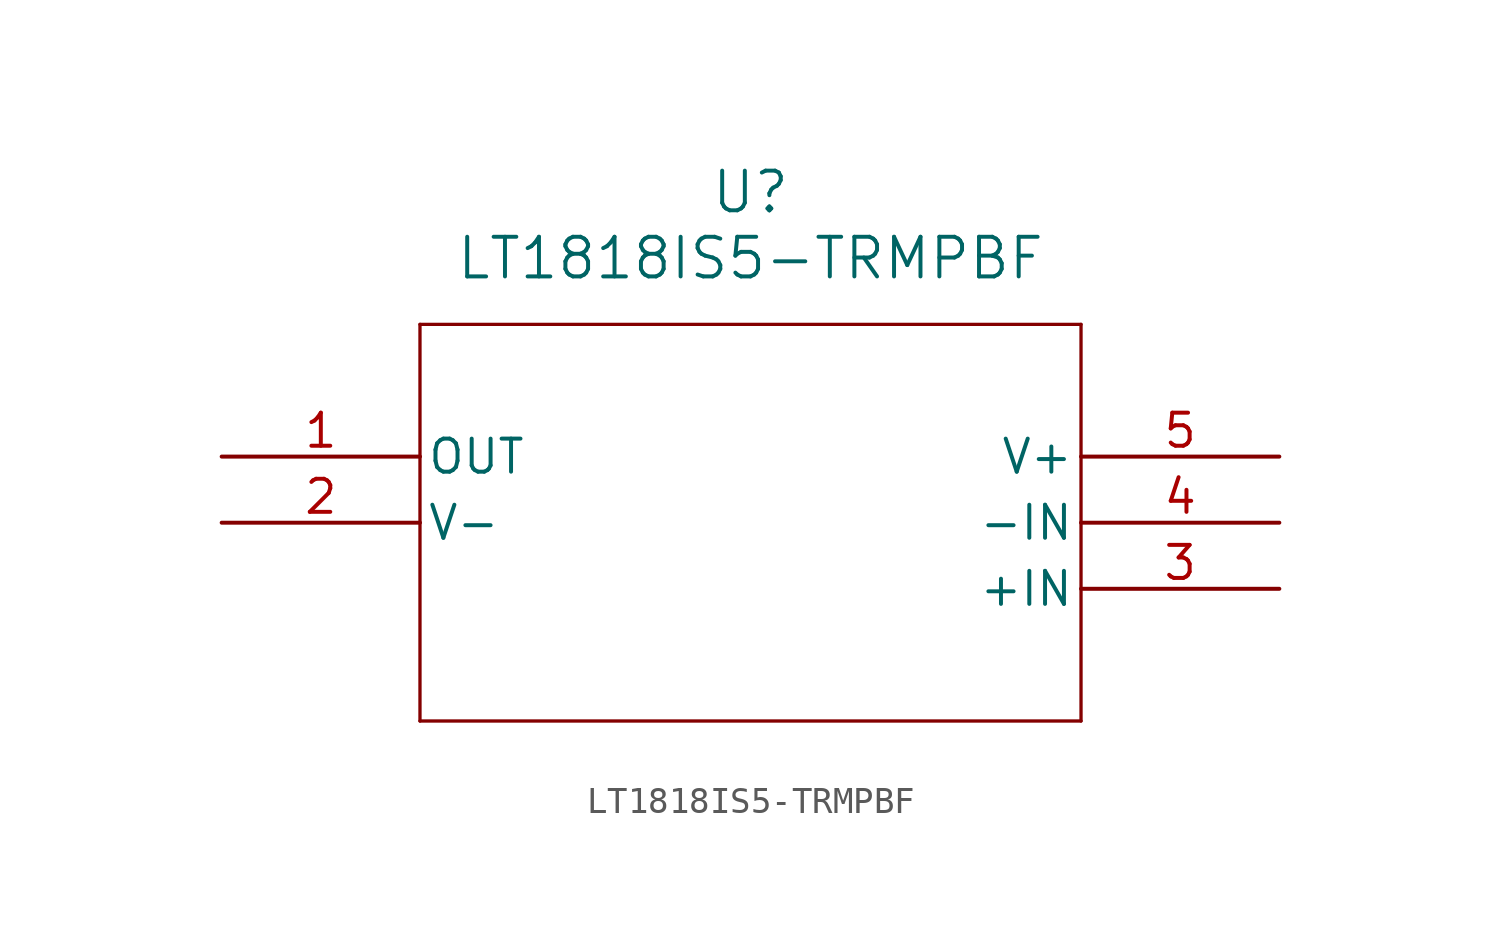
<source format=kicad_sym>
(kicad_symbol_lib
  (version 20211014)
  (generator kicad_symbol_editor)
  (symbol "LT1818IS5-TRMPBF"
    (pin_names
      (offset 0.254))
    (property "Reference" "U"
      (at 20.32 10.16 0)
      (effects (font (size 1.524 1.524))))
    (property "Value" "LT1818IS5-TRMPBF"
      (at 20.32 7.62 0)
      (effects (font (size 1.524 1.524))))
    (symbol "LT1818IS5-TRMPBF_0_1"
      (polyline (pts (xy 7.62 5.08) (xy 7.62 -10.16)) (stroke (width 0.127) (type default) (color 0 0 0 0)) (fill (type none)))
      (polyline (pts (xy 7.62 -10.16) (xy 33.02 -10.16)) (stroke (width 0.127) (type default) (color 0 0 0 0)) (fill (type none)))
      (polyline (pts (xy 33.02 -10.16) (xy 33.02 5.08)) (stroke (width 0.127) (type default) (color 0 0 0 0)) (fill (type none)))
      (polyline (pts (xy 33.02 5.08) (xy 7.62 5.08)) (stroke (width 0.127) (type default) (color 0 0 0 0)) (fill (type none)))
      (pin output line (at 0 0 0) (length 7.62) (name "OUT" (effects (font (size 1.27 1.27)))) (number "1" (effects (font (size 1.27 1.27)))))
      (pin power_in line (at 0 -2.54 0) (length 7.62) (name "V-" (effects (font (size 1.27 1.27)))) (number "2" (effects (font (size 1.27 1.27)))))
      (pin input line (at 40.64 -5.08 180) (length 7.62) (name "+IN" (effects (font (size 1.27 1.27)))) (number "3" (effects (font (size 1.27 1.27)))))
      (pin input line (at 40.64 -2.54 180) (length 7.62) (name "-IN" (effects (font (size 1.27 1.27)))) (number "4" (effects (font (size 1.27 1.27)))))
      (pin power_in line (at 40.64 0 180) (length 7.62) (name "V+" (effects (font (size 1.27 1.27)))) (number "5" (effects (font (size 1.27 1.27))))))))
</source>
